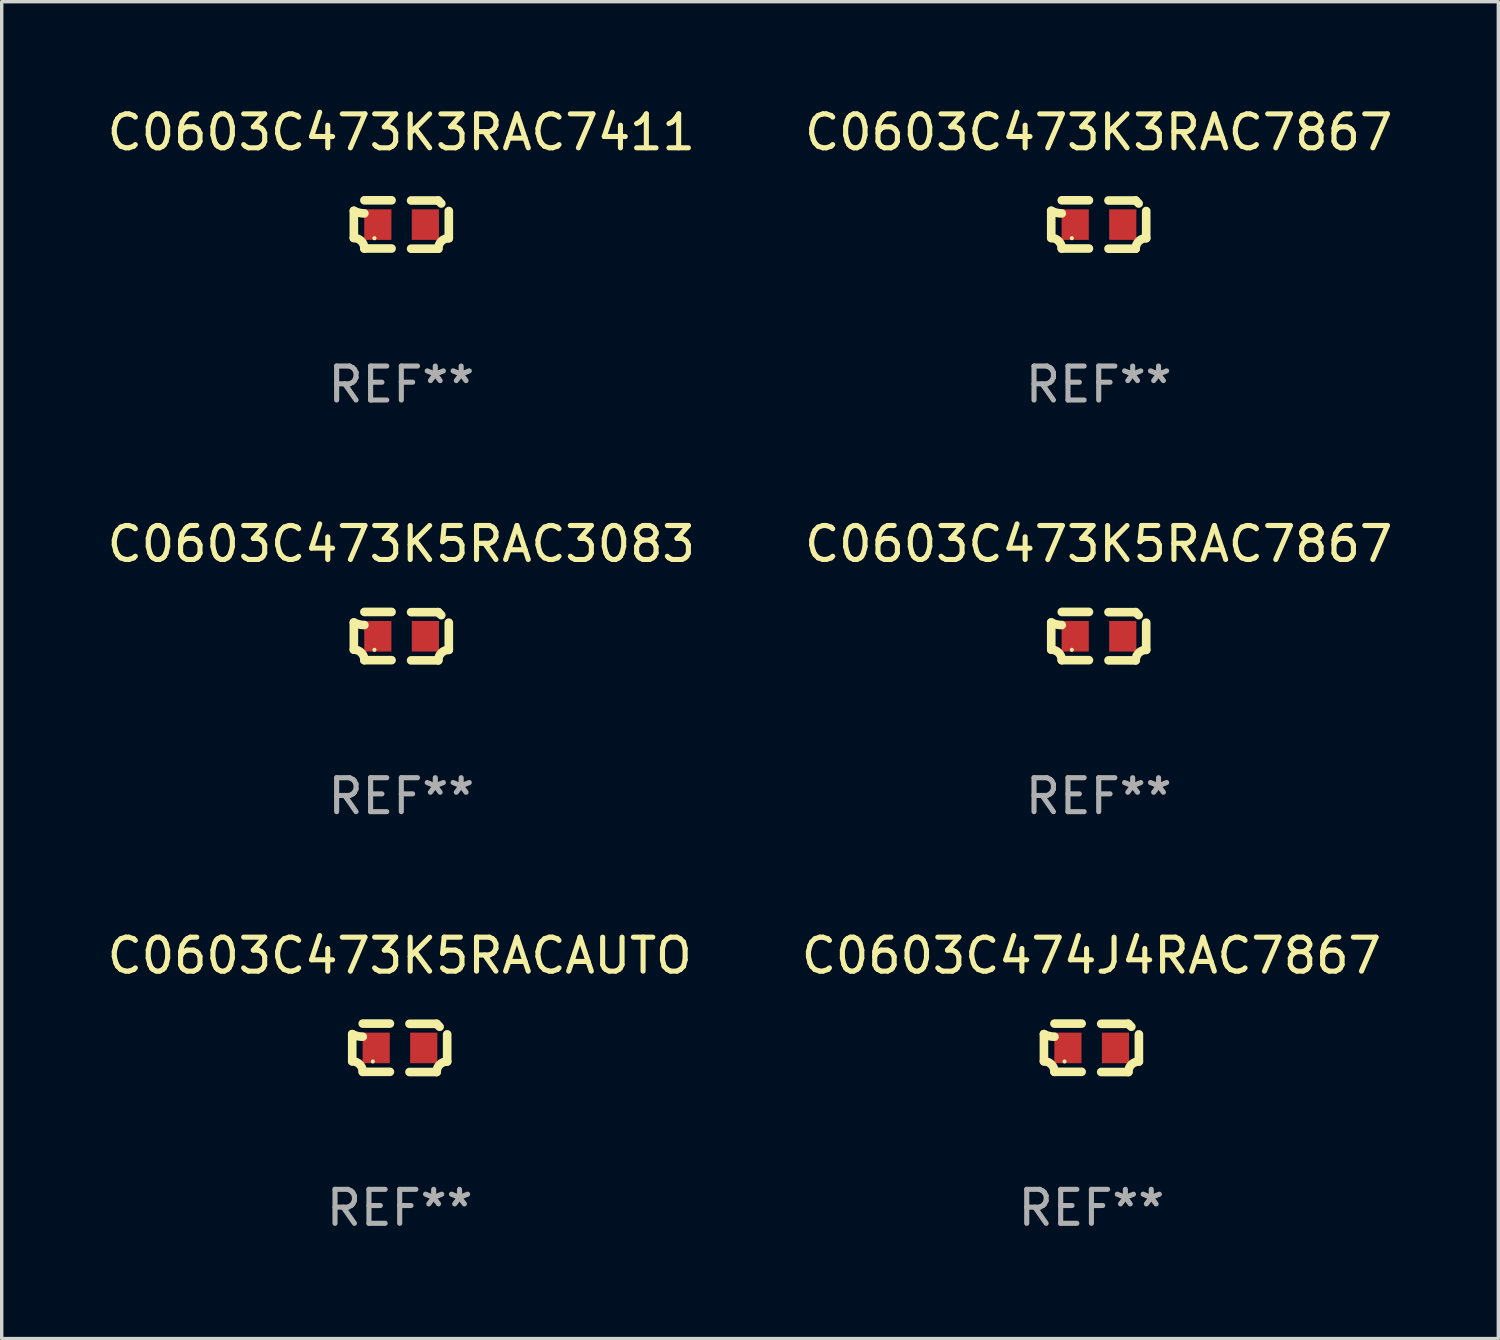
<source format=kicad_pcb>
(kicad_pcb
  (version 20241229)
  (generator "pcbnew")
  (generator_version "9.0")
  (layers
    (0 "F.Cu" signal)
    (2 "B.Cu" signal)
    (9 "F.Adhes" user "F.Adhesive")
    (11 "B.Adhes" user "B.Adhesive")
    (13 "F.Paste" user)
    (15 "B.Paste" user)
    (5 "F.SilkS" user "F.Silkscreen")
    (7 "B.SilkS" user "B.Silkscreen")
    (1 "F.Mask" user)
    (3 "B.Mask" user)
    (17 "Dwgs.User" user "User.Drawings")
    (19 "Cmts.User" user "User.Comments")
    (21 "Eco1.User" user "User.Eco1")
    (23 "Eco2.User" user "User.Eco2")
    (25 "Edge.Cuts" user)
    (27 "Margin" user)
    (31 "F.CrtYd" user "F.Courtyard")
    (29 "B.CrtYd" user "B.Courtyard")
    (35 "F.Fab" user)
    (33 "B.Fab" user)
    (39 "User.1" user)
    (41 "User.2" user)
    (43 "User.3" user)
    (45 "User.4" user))
  (footprint "C0603C474J4RAC7867"
    (layer "F.Cu")
    (at 29.089 27.805)
    (property "Reference" "C0603C474J4RAC7867" (at 0 -2.713 0) (layer "F.SilkS") (effects (font (size 1 1) (thickness 0.15))))
    (attr through_hole)
    (fp_line (start -1.398 -0.403) (end -1.398 0.397) (stroke (width 0.254) (type solid)) (layer "F.SilkS"))
    (fp_line (start -0.288 -0.713) (end -1.088 -0.713) (stroke (width 0.254) (type solid)) (layer "F.SilkS"))
    (fp_line (start -0.288 0.707) (end -1.088 0.707) (stroke (width 0.254) (type solid)) (layer "F.SilkS"))
    (fp_line (start 0.288 -0.707) (end 1.088 -0.707) (stroke (width 0.254) (type solid)) (layer "F.SilkS"))
    (fp_line (start 0.288 0.713) (end 1.088 0.713) (stroke (width 0.254) (type solid)) (layer "F.SilkS"))
    (fp_line (start 1.398 -0.397) (end 1.398 0.403) (stroke (width 0.254) (type solid)) (layer "F.SilkS"))
    (fp_arc (start -1.397789 0.397066) (mid -1.178701 0.487826) (end -1.08796 0.706922) (stroke (width 0.254001) (type solid)) (layer "F.SilkS"))
    (fp_arc (start -1.08796 -0.327176) (mid -1.247436 -0.346384) (end -1.39779 -0.402908) (stroke (width 0.254001) (type solid)) (layer "F.SilkS"))
    (fp_arc (start 1.087909 0.712738) (mid 1.178656 0.493655) (end 1.397739 0.402908) (stroke (width 0.254001) (type solid)) (layer "F.SilkS"))
    (fp_arc (start 1.175925 -0.618926) (mid 1.131917 -0.662923) (end 1.08791 -0.706922) (stroke (width 0.254001) (type solid)) (layer "F.SilkS"))
    (fp_circle (center -0.792 0.403) (end -0.762 0.403) (stroke (width 0.06) (type solid)) (fill no) (layer "F.SilkS"))
    (fp_text user "REF**" (at 0 4.713 0) (layer "F.Fab") (effects (font (size 1 1) (thickness 0.15))))
    (pad "1" smd rect (at -0.692 0.003) (size 0.8 0.9) (layers "F.Cu" "F.Mask" "F.Paste"))
    (pad "2" smd rect (at 0.708 0.003) (size 0.8 0.9) (layers "F.Cu" "F.Mask" "F.Paste")))
  (footprint "C0603C473K5RAC7867"
    (layer "F.Cu")
    (at 29.304 15.683)
    (property "Reference" "C0603C473K5RAC7867" (at 0 -2.713 0) (layer "F.SilkS") (effects (font (size 1 1) (thickness 0.15))))
    (attr through_hole)
    (fp_line (start -1.398 -0.403) (end -1.398 0.397) (stroke (width 0.254) (type solid)) (layer "F.SilkS"))
    (fp_line (start -0.288 -0.713) (end -1.088 -0.713) (stroke (width 0.254) (type solid)) (layer "F.SilkS"))
    (fp_line (start -0.288 0.707) (end -1.088 0.707) (stroke (width 0.254) (type solid)) (layer "F.SilkS"))
    (fp_line (start 0.288 -0.707) (end 1.088 -0.707) (stroke (width 0.254) (type solid)) (layer "F.SilkS"))
    (fp_line (start 0.288 0.713) (end 1.088 0.713) (stroke (width 0.254) (type solid)) (layer "F.SilkS"))
    (fp_line (start 1.398 -0.397) (end 1.398 0.403) (stroke (width 0.254) (type solid)) (layer "F.SilkS"))
    (fp_arc (start -1.397789 0.397066) (mid -1.178701 0.487826) (end -1.08796 0.706922) (stroke (width 0.254001) (type solid)) (layer "F.SilkS"))
    (fp_arc (start -1.08796 -0.327176) (mid -1.247436 -0.346384) (end -1.39779 -0.402908) (stroke (width 0.254001) (type solid)) (layer "F.SilkS"))
    (fp_arc (start 1.087909 0.712738) (mid 1.178656 0.493655) (end 1.397739 0.402908) (stroke (width 0.254001) (type solid)) (layer "F.SilkS"))
    (fp_arc (start 1.175925 -0.618926) (mid 1.131917 -0.662923) (end 1.08791 -0.706922) (stroke (width 0.254001) (type solid)) (layer "F.SilkS"))
    (fp_circle (center -0.792 0.403) (end -0.762 0.403) (stroke (width 0.06) (type solid)) (fill no) (layer "F.SilkS"))
    (fp_text user "REF**" (at 0 4.713 0) (layer "F.Fab") (effects (font (size 1 1) (thickness 0.15))))
    (pad "1" smd rect (at -0.692 0.003) (size 0.8 0.9) (layers "F.Cu" "F.Mask" "F.Paste"))
    (pad "2" smd rect (at 0.708 0.003) (size 0.8 0.9) (layers "F.Cu" "F.Mask" "F.Paste")))
  (footprint "C0603C473K5RACAUTO"
    (layer "F.Cu")
    (at 8.72 27.805)
    (property "Reference" "C0603C473K5RACAUTO" (at 0 -2.713 0) (layer "F.SilkS") (effects (font (size 1 1) (thickness 0.15))))
    (attr through_hole)
    (fp_line (start -1.398 -0.403) (end -1.398 0.397) (stroke (width 0.254) (type solid)) (layer "F.SilkS"))
    (fp_line (start -0.288 -0.713) (end -1.088 -0.713) (stroke (width 0.254) (type solid)) (layer "F.SilkS"))
    (fp_line (start -0.288 0.707) (end -1.088 0.707) (stroke (width 0.254) (type solid)) (layer "F.SilkS"))
    (fp_line (start 0.288 -0.707) (end 1.088 -0.707) (stroke (width 0.254) (type solid)) (layer "F.SilkS"))
    (fp_line (start 0.288 0.713) (end 1.088 0.713) (stroke (width 0.254) (type solid)) (layer "F.SilkS"))
    (fp_line (start 1.398 -0.397) (end 1.398 0.403) (stroke (width 0.254) (type solid)) (layer "F.SilkS"))
    (fp_arc (start -1.397789 0.397066) (mid -1.178701 0.487826) (end -1.08796 0.706922) (stroke (width 0.254001) (type solid)) (layer "F.SilkS"))
    (fp_arc (start -1.08796 -0.327176) (mid -1.247436 -0.346384) (end -1.39779 -0.402908) (stroke (width 0.254001) (type solid)) (layer "F.SilkS"))
    (fp_arc (start 1.087909 0.712738) (mid 1.178656 0.493655) (end 1.397739 0.402908) (stroke (width 0.254001) (type solid)) (layer "F.SilkS"))
    (fp_arc (start 1.175925 -0.618926) (mid 1.131917 -0.662923) (end 1.08791 -0.706922) (stroke (width 0.254001) (type solid)) (layer "F.SilkS"))
    (fp_circle (center -0.792 0.403) (end -0.762 0.403) (stroke (width 0.06) (type solid)) (fill no) (layer "F.SilkS"))
    (fp_text user "REF**" (at 0 4.713 0) (layer "F.Fab") (effects (font (size 1 1) (thickness 0.15))))
    (pad "1" smd rect (at -0.692 0.003) (size 0.8 0.9) (layers "F.Cu" "F.Mask" "F.Paste"))
    (pad "2" smd rect (at 0.708 0.003) (size 0.8 0.9) (layers "F.Cu" "F.Mask" "F.Paste")))
  (footprint "C0603C473K3RAC7867"
    (layer "F.Cu")
    (at 29.304 3.561)
    (property "Reference" "C0603C473K3RAC7867" (at 0 -2.713 0) (layer "F.SilkS") (effects (font (size 1 1) (thickness 0.15))))
    (attr through_hole)
    (fp_line (start -1.398 -0.403) (end -1.398 0.397) (stroke (width 0.254) (type solid)) (layer "F.SilkS"))
    (fp_line (start -0.288 -0.713) (end -1.088 -0.713) (stroke (width 0.254) (type solid)) (layer "F.SilkS"))
    (fp_line (start -0.288 0.707) (end -1.088 0.707) (stroke (width 0.254) (type solid)) (layer "F.SilkS"))
    (fp_line (start 0.288 -0.707) (end 1.088 -0.707) (stroke (width 0.254) (type solid)) (layer "F.SilkS"))
    (fp_line (start 0.288 0.713) (end 1.088 0.713) (stroke (width 0.254) (type solid)) (layer "F.SilkS"))
    (fp_line (start 1.398 -0.397) (end 1.398 0.403) (stroke (width 0.254) (type solid)) (layer "F.SilkS"))
    (fp_arc (start -1.397789 0.397066) (mid -1.178701 0.487826) (end -1.08796 0.706922) (stroke (width 0.254001) (type solid)) (layer "F.SilkS"))
    (fp_arc (start -1.08796 -0.327176) (mid -1.247436 -0.346384) (end -1.39779 -0.402908) (stroke (width 0.254001) (type solid)) (layer "F.SilkS"))
    (fp_arc (start 1.087909 0.712738) (mid 1.178656 0.493655) (end 1.397739 0.402908) (stroke (width 0.254001) (type solid)) (layer "F.SilkS"))
    (fp_arc (start 1.175925 -0.618926) (mid 1.131917 -0.662923) (end 1.08791 -0.706922) (stroke (width 0.254001) (type solid)) (layer "F.SilkS"))
    (fp_circle (center -0.792 0.403) (end -0.762 0.403) (stroke (width 0.06) (type solid)) (fill no) (layer "F.SilkS"))
    (fp_text user "REF**" (at 0 4.713 0) (layer "F.Fab") (effects (font (size 1 1) (thickness 0.15))))
    (pad "1" smd rect (at -0.692 0.003) (size 0.8 0.9) (layers "F.Cu" "F.Mask" "F.Paste"))
    (pad "2" smd rect (at 0.708 0.003) (size 0.8 0.9) (layers "F.Cu" "F.Mask" "F.Paste")))
  (footprint "C0603C473K5RAC3083"
    (layer "F.Cu")
    (at 8.768 15.683)
    (property "Reference" "C0603C473K5RAC3083" (at 0 -2.713 0) (layer "F.SilkS") (effects (font (size 1 1) (thickness 0.15))))
    (attr through_hole)
    (fp_line (start -1.398 -0.403) (end -1.398 0.397) (stroke (width 0.254) (type solid)) (layer "F.SilkS"))
    (fp_line (start -0.288 -0.713) (end -1.088 -0.713) (stroke (width 0.254) (type solid)) (layer "F.SilkS"))
    (fp_line (start -0.288 0.707) (end -1.088 0.707) (stroke (width 0.254) (type solid)) (layer "F.SilkS"))
    (fp_line (start 0.288 -0.707) (end 1.088 -0.707) (stroke (width 0.254) (type solid)) (layer "F.SilkS"))
    (fp_line (start 0.288 0.713) (end 1.088 0.713) (stroke (width 0.254) (type solid)) (layer "F.SilkS"))
    (fp_line (start 1.398 -0.397) (end 1.398 0.403) (stroke (width 0.254) (type solid)) (layer "F.SilkS"))
    (fp_arc (start -1.397789 0.397066) (mid -1.178701 0.487826) (end -1.08796 0.706922) (stroke (width 0.254001) (type solid)) (layer "F.SilkS"))
    (fp_arc (start -1.08796 -0.327176) (mid -1.247436 -0.346384) (end -1.39779 -0.402908) (stroke (width 0.254001) (type solid)) (layer "F.SilkS"))
    (fp_arc (start 1.087909 0.712738) (mid 1.178656 0.493655) (end 1.397739 0.402908) (stroke (width 0.254001) (type solid)) (layer "F.SilkS"))
    (fp_arc (start 1.175925 -0.618926) (mid 1.131917 -0.662923) (end 1.08791 -0.706922) (stroke (width 0.254001) (type solid)) (layer "F.SilkS"))
    (fp_circle (center -0.792 0.403) (end -0.762 0.403) (stroke (width 0.06) (type solid)) (fill no) (layer "F.SilkS"))
    (fp_text user "REF**" (at 0 4.713 0) (layer "F.Fab") (effects (font (size 1 1) (thickness 0.15))))
    (pad "1" smd rect (at -0.692 0.003) (size 0.8 0.9) (layers "F.Cu" "F.Mask" "F.Paste"))
    (pad "2" smd rect (at 0.708 0.003) (size 0.8 0.9) (layers "F.Cu" "F.Mask" "F.Paste")))
  (footprint "C0603C473K3RAC7411"
    (layer "F.Cu")
    (at 8.768 3.561)
    (property "Reference" "C0603C473K3RAC7411" (at 0 -2.713 0) (layer "F.SilkS") (effects (font (size 1 1) (thickness 0.15))))
    (attr through_hole)
    (fp_line (start -1.398 -0.403) (end -1.398 0.397) (stroke (width 0.254) (type solid)) (layer "F.SilkS"))
    (fp_line (start -0.288 -0.713) (end -1.088 -0.713) (stroke (width 0.254) (type solid)) (layer "F.SilkS"))
    (fp_line (start -0.288 0.707) (end -1.088 0.707) (stroke (width 0.254) (type solid)) (layer "F.SilkS"))
    (fp_line (start 0.288 -0.707) (end 1.088 -0.707) (stroke (width 0.254) (type solid)) (layer "F.SilkS"))
    (fp_line (start 0.288 0.713) (end 1.088 0.713) (stroke (width 0.254) (type solid)) (layer "F.SilkS"))
    (fp_line (start 1.398 -0.397) (end 1.398 0.403) (stroke (width 0.254) (type solid)) (layer "F.SilkS"))
    (fp_arc (start -1.397789 0.397066) (mid -1.178701 0.487826) (end -1.08796 0.706922) (stroke (width 0.254001) (type solid)) (layer "F.SilkS"))
    (fp_arc (start -1.08796 -0.327176) (mid -1.247436 -0.346384) (end -1.39779 -0.402908) (stroke (width 0.254001) (type solid)) (layer "F.SilkS"))
    (fp_arc (start 1.087909 0.712738) (mid 1.178656 0.493655) (end 1.397739 0.402908) (stroke (width 0.254001) (type solid)) (layer "F.SilkS"))
    (fp_arc (start 1.175925 -0.618926) (mid 1.131917 -0.662923) (end 1.08791 -0.706922) (stroke (width 0.254001) (type solid)) (layer "F.SilkS"))
    (fp_circle (center -0.792 0.403) (end -0.762 0.403) (stroke (width 0.06) (type solid)) (fill no) (layer "F.SilkS"))
    (fp_text user "REF**" (at 0 4.713 0) (layer "F.Fab") (effects (font (size 1 1) (thickness 0.15))))
    (pad "1" smd rect (at -0.692 0.003) (size 0.8 0.9) (layers "F.Cu" "F.Mask" "F.Paste"))
    (pad "2" smd rect (at 0.708 0.003) (size 0.8 0.9) (layers "F.Cu" "F.Mask" "F.Paste")))
  (gr_rect
    (start -3 -3)
    (end 41.071 36.366)
    (stroke (width 0.1) (type default))
    (fill no)
    (layer "Edge.Cuts")))
</source>
